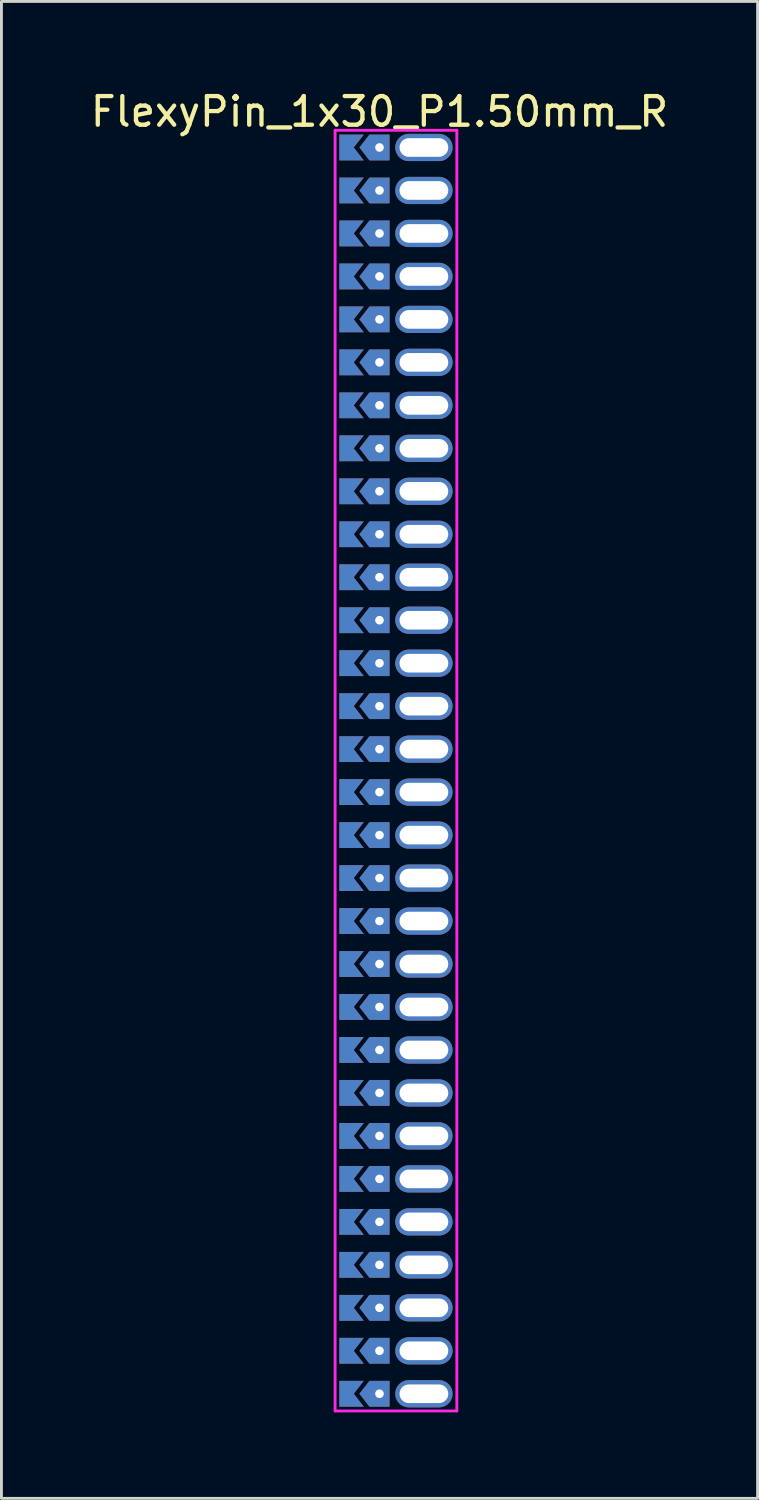
<source format=kicad_pcb>
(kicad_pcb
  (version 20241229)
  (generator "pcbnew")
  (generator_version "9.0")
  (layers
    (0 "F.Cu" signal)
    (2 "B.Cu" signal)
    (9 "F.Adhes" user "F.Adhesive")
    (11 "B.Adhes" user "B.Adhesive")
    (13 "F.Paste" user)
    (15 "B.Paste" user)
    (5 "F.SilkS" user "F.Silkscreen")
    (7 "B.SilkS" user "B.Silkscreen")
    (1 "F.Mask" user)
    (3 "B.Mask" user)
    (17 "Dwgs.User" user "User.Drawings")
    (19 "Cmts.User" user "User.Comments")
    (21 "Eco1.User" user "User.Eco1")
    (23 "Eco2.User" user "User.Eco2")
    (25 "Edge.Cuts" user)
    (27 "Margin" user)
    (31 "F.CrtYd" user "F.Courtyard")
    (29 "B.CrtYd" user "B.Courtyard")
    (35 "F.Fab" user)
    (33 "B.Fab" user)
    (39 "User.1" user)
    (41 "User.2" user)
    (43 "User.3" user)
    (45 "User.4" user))
  (footprint "FlexyPin_1x30_P1.50mm_R"
    (layer "F.Cu")
    (at 10.196 2.098)
    (property "Reference" "FlexyPin_1x30_P1.50mm_R" (at 0 -1.25 0) (layer "F.SilkS") (effects (font (size 1 1) (thickness 0.15))))
    (attr through_hole)
    (fp_line (start -1.55 -0.6) (end 2.7 -0.6) (stroke (width 0.1) (type solid)) (layer "F.CrtYd"))
    (fp_line (start -1.55 44.1) (end -1.55 -0.6) (stroke (width 0.1) (type solid)) (layer "F.CrtYd"))
    (fp_line (start 2.7 -0.6) (end 2.7 44.1) (stroke (width 0.1) (type solid)) (layer "F.CrtYd"))
    (fp_line (start 2.7 44.1) (end -1.55 44.1) (stroke (width 0.1) (type solid)) (layer "F.CrtYd"))
    (pad "" thru_hole custom (at 0 0) (size 0.3 0.3) (drill 0.6) (layers "*.Cu" "*.Mask") (options (anchor rect)) (primitives (gr_poly (pts (xy 0.35 0.45) (xy 0.35 -0.45) (xy -0.35 -0.45) (xy -0.7 0) (xy -0.35 0.45)) (width 0) (fill yes))))
    (pad "" thru_hole custom (at 0 1.5) (size 0.3 0.3) (drill 0.6) (layers "*.Cu" "*.Mask") (options (anchor rect)) (primitives (gr_poly (pts (xy 0.35 0.45) (xy 0.35 -0.45) (xy -0.35 -0.45) (xy -0.7 0) (xy -0.35 0.45)) (width 0) (fill yes))))
    (pad "" thru_hole custom (at 0 3) (size 0.3 0.3) (drill 0.6) (layers "*.Cu" "*.Mask") (options (anchor rect)) (primitives (gr_poly (pts (xy 0.35 0.45) (xy 0.35 -0.45) (xy -0.35 -0.45) (xy -0.7 0) (xy -0.35 0.45)) (width 0) (fill yes))))
    (pad "" thru_hole custom (at 0 4.5) (size 0.3 0.3) (drill 0.6) (layers "*.Cu" "*.Mask") (options (anchor rect)) (primitives (gr_poly (pts (xy 0.35 0.45) (xy 0.35 -0.45) (xy -0.35 -0.45) (xy -0.7 0) (xy -0.35 0.45)) (width 0) (fill yes))))
    (pad "" thru_hole custom (at 0 6) (size 0.3 0.3) (drill 0.6) (layers "*.Cu" "*.Mask") (options (anchor rect)) (primitives (gr_poly (pts (xy 0.35 0.45) (xy 0.35 -0.45) (xy -0.35 -0.45) (xy -0.7 0) (xy -0.35 0.45)) (width 0) (fill yes))))
    (pad "" thru_hole custom (at 0 7.5) (size 0.3 0.3) (drill 0.6) (layers "*.Cu" "*.Mask") (options (anchor rect)) (primitives (gr_poly (pts (xy 0.35 0.45) (xy 0.35 -0.45) (xy -0.35 -0.45) (xy -0.7 0) (xy -0.35 0.45)) (width 0) (fill yes))))
    (pad "" thru_hole custom (at 0 9) (size 0.3 0.3) (drill 0.6) (layers "*.Cu" "*.Mask") (options (anchor rect)) (primitives (gr_poly (pts (xy 0.35 0.45) (xy 0.35 -0.45) (xy -0.35 -0.45) (xy -0.7 0) (xy -0.35 0.45)) (width 0) (fill yes))))
    (pad "" thru_hole custom (at 0 10.5) (size 0.3 0.3) (drill 0.6) (layers "*.Cu" "*.Mask") (options (anchor rect)) (primitives (gr_poly (pts (xy 0.35 0.45) (xy 0.35 -0.45) (xy -0.35 -0.45) (xy -0.7 0) (xy -0.35 0.45)) (width 0) (fill yes))))
    (pad "" thru_hole custom (at 0 12) (size 0.3 0.3) (drill 0.6) (layers "*.Cu" "*.Mask") (options (anchor rect)) (primitives (gr_poly (pts (xy 0.35 0.45) (xy 0.35 -0.45) (xy -0.35 -0.45) (xy -0.7 0) (xy -0.35 0.45)) (width 0) (fill yes))))
    (pad "" thru_hole custom (at 0 13.5) (size 0.3 0.3) (drill 0.6) (layers "*.Cu" "*.Mask") (options (anchor rect)) (primitives (gr_poly (pts (xy 0.35 0.45) (xy 0.35 -0.45) (xy -0.35 -0.45) (xy -0.7 0) (xy -0.35 0.45)) (width 0) (fill yes))))
    (pad "" thru_hole custom (at 0 15) (size 0.3 0.3) (drill 0.6) (layers "*.Cu" "*.Mask") (options (anchor rect)) (primitives (gr_poly (pts (xy 0.35 0.45) (xy 0.35 -0.45) (xy -0.35 -0.45) (xy -0.7 0) (xy -0.35 0.45)) (width 0) (fill yes))))
    (pad "" thru_hole custom (at 0 16.5) (size 0.3 0.3) (drill 0.6) (layers "*.Cu" "*.Mask") (options (anchor rect)) (primitives (gr_poly (pts (xy 0.35 0.45) (xy 0.35 -0.45) (xy -0.35 -0.45) (xy -0.7 0) (xy -0.35 0.45)) (width 0) (fill yes))))
    (pad "" thru_hole custom (at 0 18) (size 0.3 0.3) (drill 0.6) (layers "*.Cu" "*.Mask") (options (anchor rect)) (primitives (gr_poly (pts (xy 0.35 0.45) (xy 0.35 -0.45) (xy -0.35 -0.45) (xy -0.7 0) (xy -0.35 0.45)) (width 0) (fill yes))))
    (pad "" thru_hole custom (at 0 19.5) (size 0.3 0.3) (drill 0.6) (layers "*.Cu" "*.Mask") (options (anchor rect)) (primitives (gr_poly (pts (xy 0.35 0.45) (xy 0.35 -0.45) (xy -0.35 -0.45) (xy -0.7 0) (xy -0.35 0.45)) (width 0) (fill yes))))
    (pad "" thru_hole custom (at 0 21) (size 0.3 0.3) (drill 0.6) (layers "*.Cu" "*.Mask") (options (anchor rect)) (primitives (gr_poly (pts (xy 0.35 0.45) (xy 0.35 -0.45) (xy -0.35 -0.45) (xy -0.7 0) (xy -0.35 0.45)) (width 0) (fill yes))))
    (pad "" thru_hole custom (at 0 22.5) (size 0.3 0.3) (drill 0.6) (layers "*.Cu" "*.Mask") (options (anchor rect)) (primitives (gr_poly (pts (xy 0.35 0.45) (xy 0.35 -0.45) (xy -0.35 -0.45) (xy -0.7 0) (xy -0.35 0.45)) (width 0) (fill yes))))
    (pad "" thru_hole custom (at 0 24) (size 0.3 0.3) (drill 0.6) (layers "*.Cu" "*.Mask") (options (anchor rect)) (primitives (gr_poly (pts (xy 0.35 0.45) (xy 0.35 -0.45) (xy -0.35 -0.45) (xy -0.7 0) (xy -0.35 0.45)) (width 0) (fill yes))))
    (pad "" thru_hole custom (at 0 25.5) (size 0.3 0.3) (drill 0.6) (layers "*.Cu" "*.Mask") (options (anchor rect)) (primitives (gr_poly (pts (xy 0.35 0.45) (xy 0.35 -0.45) (xy -0.35 -0.45) (xy -0.7 0) (xy -0.35 0.45)) (width 0) (fill yes))))
    (pad "" thru_hole custom (at 0 27) (size 0.3 0.3) (drill 0.6) (layers "*.Cu" "*.Mask") (options (anchor rect)) (primitives (gr_poly (pts (xy 0.35 0.45) (xy 0.35 -0.45) (xy -0.35 -0.45) (xy -0.7 0) (xy -0.35 0.45)) (width 0) (fill yes))))
    (pad "" thru_hole custom (at 0 28.5) (size 0.3 0.3) (drill 0.6) (layers "*.Cu" "*.Mask") (options (anchor rect)) (primitives (gr_poly (pts (xy 0.35 0.45) (xy 0.35 -0.45) (xy -0.35 -0.45) (xy -0.7 0) (xy -0.35 0.45)) (width 0) (fill yes))))
    (pad "" thru_hole custom (at 0 30) (size 0.3 0.3) (drill 0.6) (layers "*.Cu" "*.Mask") (options (anchor rect)) (primitives (gr_poly (pts (xy 0.35 0.45) (xy 0.35 -0.45) (xy -0.35 -0.45) (xy -0.7 0) (xy -0.35 0.45)) (width 0) (fill yes))))
    (pad "" thru_hole custom (at 0 31.5) (size 0.3 0.3) (drill 0.6) (layers "*.Cu" "*.Mask") (options (anchor rect)) (primitives (gr_poly (pts (xy 0.35 0.45) (xy 0.35 -0.45) (xy -0.35 -0.45) (xy -0.7 0) (xy -0.35 0.45)) (width 0) (fill yes))))
    (pad "" thru_hole custom (at 0 33) (size 0.3 0.3) (drill 0.6) (layers "*.Cu" "*.Mask") (options (anchor rect)) (primitives (gr_poly (pts (xy 0.35 0.45) (xy 0.35 -0.45) (xy -0.35 -0.45) (xy -0.7 0) (xy -0.35 0.45)) (width 0) (fill yes))))
    (pad "" thru_hole custom (at 0 34.5) (size 0.3 0.3) (drill 0.6) (layers "*.Cu" "*.Mask") (options (anchor rect)) (primitives (gr_poly (pts (xy 0.35 0.45) (xy 0.35 -0.45) (xy -0.35 -0.45) (xy -0.7 0) (xy -0.35 0.45)) (width 0) (fill yes))))
    (pad "" thru_hole custom (at 0 36) (size 0.3 0.3) (drill 0.6) (layers "*.Cu" "*.Mask") (options (anchor rect)) (primitives (gr_poly (pts (xy 0.35 0.45) (xy 0.35 -0.45) (xy -0.35 -0.45) (xy -0.7 0) (xy -0.35 0.45)) (width 0) (fill yes))))
    (pad "" thru_hole custom (at 0 37.5) (size 0.3 0.3) (drill 0.6) (layers "*.Cu" "*.Mask") (options (anchor rect)) (primitives (gr_poly (pts (xy 0.35 0.45) (xy 0.35 -0.45) (xy -0.35 -0.45) (xy -0.7 0) (xy -0.35 0.45)) (width 0) (fill yes))))
    (pad "" thru_hole custom (at 0 39) (size 0.3 0.3) (drill 0.6) (layers "*.Cu" "*.Mask") (options (anchor rect)) (primitives (gr_poly (pts (xy 0.35 0.45) (xy 0.35 -0.45) (xy -0.35 -0.45) (xy -0.7 0) (xy -0.35 0.45)) (width 0) (fill yes))))
    (pad "" thru_hole custom (at 0 40.5) (size 0.3 0.3) (drill 0.6) (layers "*.Cu" "*.Mask") (options (anchor rect)) (primitives (gr_poly (pts (xy 0.35 0.45) (xy 0.35 -0.45) (xy -0.35 -0.45) (xy -0.7 0) (xy -0.35 0.45)) (width 0) (fill yes))))
    (pad "" thru_hole custom (at 0 42) (size 0.3 0.3) (drill 0.6) (layers "*.Cu" "*.Mask") (options (anchor rect)) (primitives (gr_poly (pts (xy 0.35 0.45) (xy 0.35 -0.45) (xy -0.35 -0.45) (xy -0.7 0) (xy -0.35 0.45)) (width 0) (fill yes))))
    (pad "" thru_hole custom (at 0 43.5) (size 0.3 0.3) (drill 0.6) (layers "*.Cu" "*.Mask") (options (anchor rect)) (primitives (gr_poly (pts (xy 0.35 0.45) (xy 0.35 -0.45) (xy -0.35 -0.45) (xy -0.7 0) (xy -0.35 0.45)) (width 0) (fill yes))))
    (pad "" thru_hole oval (at 1.55 0) (size 2 0.95) (drill oval 1.7 0.65) (layers "*.Cu" "*.Mask"))
    (pad "" thru_hole oval (at 1.55 1.5) (size 2 0.95) (drill oval 1.7 0.65) (layers "*.Cu" "*.Mask"))
    (pad "" thru_hole oval (at 1.55 3) (size 2 0.95) (drill oval 1.7 0.65) (layers "*.Cu" "*.Mask"))
    (pad "" thru_hole oval (at 1.55 4.5) (size 2 0.95) (drill oval 1.7 0.65) (layers "*.Cu" "*.Mask"))
    (pad "" thru_hole oval (at 1.55 6) (size 2 0.95) (drill oval 1.7 0.65) (layers "*.Cu" "*.Mask"))
    (pad "" thru_hole oval (at 1.55 7.5) (size 2 0.95) (drill oval 1.7 0.65) (layers "*.Cu" "*.Mask"))
    (pad "" thru_hole oval (at 1.55 9) (size 2 0.95) (drill oval 1.7 0.65) (layers "*.Cu" "*.Mask"))
    (pad "" thru_hole oval (at 1.55 10.5) (size 2 0.95) (drill oval 1.7 0.65) (layers "*.Cu" "*.Mask"))
    (pad "" thru_hole oval (at 1.55 12) (size 2 0.95) (drill oval 1.7 0.65) (layers "*.Cu" "*.Mask"))
    (pad "" thru_hole oval (at 1.55 13.5) (size 2 0.95) (drill oval 1.7 0.65) (layers "*.Cu" "*.Mask"))
    (pad "" thru_hole oval (at 1.55 15) (size 2 0.95) (drill oval 1.7 0.65) (layers "*.Cu" "*.Mask"))
    (pad "" thru_hole oval (at 1.55 16.5) (size 2 0.95) (drill oval 1.7 0.65) (layers "*.Cu" "*.Mask"))
    (pad "" thru_hole oval (at 1.55 18) (size 2 0.95) (drill oval 1.7 0.65) (layers "*.Cu" "*.Mask"))
    (pad "" thru_hole oval (at 1.55 19.5) (size 2 0.95) (drill oval 1.7 0.65) (layers "*.Cu" "*.Mask"))
    (pad "" thru_hole oval (at 1.55 21) (size 2 0.95) (drill oval 1.7 0.65) (layers "*.Cu" "*.Mask"))
    (pad "" thru_hole oval (at 1.55 22.5) (size 2 0.95) (drill oval 1.7 0.65) (layers "*.Cu" "*.Mask"))
    (pad "" thru_hole oval (at 1.55 24) (size 2 0.95) (drill oval 1.7 0.65) (layers "*.Cu" "*.Mask"))
    (pad "" thru_hole oval (at 1.55 25.5) (size 2 0.95) (drill oval 1.7 0.65) (layers "*.Cu" "*.Mask"))
    (pad "" thru_hole oval (at 1.55 27) (size 2 0.95) (drill oval 1.7 0.65) (layers "*.Cu" "*.Mask"))
    (pad "" thru_hole oval (at 1.55 28.5) (size 2 0.95) (drill oval 1.7 0.65) (layers "*.Cu" "*.Mask"))
    (pad "" thru_hole oval (at 1.55 30) (size 2 0.95) (drill oval 1.7 0.65) (layers "*.Cu" "*.Mask"))
    (pad "" thru_hole oval (at 1.55 31.5) (size 2 0.95) (drill oval 1.7 0.65) (layers "*.Cu" "*.Mask"))
    (pad "" thru_hole oval (at 1.55 33) (size 2 0.95) (drill oval 1.7 0.65) (layers "*.Cu" "*.Mask"))
    (pad "" thru_hole oval (at 1.55 34.5) (size 2 0.95) (drill oval 1.7 0.65) (layers "*.Cu" "*.Mask"))
    (pad "" thru_hole oval (at 1.55 36) (size 2 0.95) (drill oval 1.7 0.65) (layers "*.Cu" "*.Mask"))
    (pad "" thru_hole oval (at 1.55 37.5) (size 2 0.95) (drill oval 1.7 0.65) (layers "*.Cu" "*.Mask"))
    (pad "" thru_hole oval (at 1.55 39) (size 2 0.95) (drill oval 1.7 0.65) (layers "*.Cu" "*.Mask"))
    (pad "" thru_hole oval (at 1.55 40.5) (size 2 0.95) (drill oval 1.7 0.65) (layers "*.Cu" "*.Mask"))
    (pad "" thru_hole oval (at 1.55 42) (size 2 0.95) (drill oval 1.7 0.65) (layers "*.Cu" "*.Mask"))
    (pad "" thru_hole oval (at 1.55 43.5) (size 2 0.95) (drill oval 1.7 0.65) (layers "*.Cu" "*.Mask"))
    (pad "1" smd custom (at -0.9 0) (size 0.01 0.01) (layers "F.Cu" "F.Mask") (options (anchor rect)) (primitives (gr_poly (pts (xy 0 0) (xy 0.35 0.45) (xy -0.5 0.45) (xy -0.5 -0.45) (xy 0.35 -0.45)) (width 0) (fill yes))))
    (pad "1" smd custom (at -0.9 1.5) (size 0.01 0.01) (layers "F.Cu" "F.Mask") (options (anchor rect)) (primitives (gr_poly (pts (xy 0 0) (xy 0.35 0.45) (xy -0.5 0.45) (xy -0.5 -0.45) (xy 0.35 -0.45)) (width 0) (fill yes))))
    (pad "1" smd custom (at -0.9 3) (size 0.01 0.01) (layers "F.Cu" "F.Mask") (options (anchor rect)) (primitives (gr_poly (pts (xy 0 0) (xy 0.35 0.45) (xy -0.5 0.45) (xy -0.5 -0.45) (xy 0.35 -0.45)) (width 0) (fill yes))))
    (pad "1" smd custom (at -0.9 4.5) (size 0.01 0.01) (layers "F.Cu" "F.Mask") (options (anchor rect)) (primitives (gr_poly (pts (xy 0 0) (xy 0.35 0.45) (xy -0.5 0.45) (xy -0.5 -0.45) (xy 0.35 -0.45)) (width 0) (fill yes))))
    (pad "1" smd custom (at -0.9 6) (size 0.01 0.01) (layers "F.Cu" "F.Mask") (options (anchor rect)) (primitives (gr_poly (pts (xy 0 0) (xy 0.35 0.45) (xy -0.5 0.45) (xy -0.5 -0.45) (xy 0.35 -0.45)) (width 0) (fill yes))))
    (pad "1" smd custom (at -0.9 7.5) (size 0.01 0.01) (layers "F.Cu" "F.Mask") (options (anchor rect)) (primitives (gr_poly (pts (xy 0 0) (xy 0.35 0.45) (xy -0.5 0.45) (xy -0.5 -0.45) (xy 0.35 -0.45)) (width 0) (fill yes))))
    (pad "1" smd custom (at -0.9 9) (size 0.01 0.01) (layers "F.Cu" "F.Mask") (options (anchor rect)) (primitives (gr_poly (pts (xy 0 0) (xy 0.35 0.45) (xy -0.5 0.45) (xy -0.5 -0.45) (xy 0.35 -0.45)) (width 0) (fill yes))))
    (pad "1" smd custom (at -0.9 10.5) (size 0.01 0.01) (layers "F.Cu" "F.Mask") (options (anchor rect)) (primitives (gr_poly (pts (xy 0 0) (xy 0.35 0.45) (xy -0.5 0.45) (xy -0.5 -0.45) (xy 0.35 -0.45)) (width 0) (fill yes))))
    (pad "1" smd custom (at -0.9 12) (size 0.01 0.01) (layers "F.Cu" "F.Mask") (options (anchor rect)) (primitives (gr_poly (pts (xy 0 0) (xy 0.35 0.45) (xy -0.5 0.45) (xy -0.5 -0.45) (xy 0.35 -0.45)) (width 0) (fill yes))))
    (pad "1" smd custom (at -0.9 13.5) (size 0.01 0.01) (layers "F.Cu" "F.Mask") (options (anchor rect)) (primitives (gr_poly (pts (xy 0 0) (xy 0.35 0.45) (xy -0.5 0.45) (xy -0.5 -0.45) (xy 0.35 -0.45)) (width 0) (fill yes))))
    (pad "1" smd custom (at -0.9 15) (size 0.01 0.01) (layers "F.Cu" "F.Mask") (options (anchor rect)) (primitives (gr_poly (pts (xy 0 0) (xy 0.35 0.45) (xy -0.5 0.45) (xy -0.5 -0.45) (xy 0.35 -0.45)) (width 0) (fill yes))))
    (pad "1" smd custom (at -0.9 16.5) (size 0.01 0.01) (layers "F.Cu" "F.Mask") (options (anchor rect)) (primitives (gr_poly (pts (xy 0 0) (xy 0.35 0.45) (xy -0.5 0.45) (xy -0.5 -0.45) (xy 0.35 -0.45)) (width 0) (fill yes))))
    (pad "1" smd custom (at -0.9 18) (size 0.01 0.01) (layers "F.Cu" "F.Mask") (options (anchor rect)) (primitives (gr_poly (pts (xy 0 0) (xy 0.35 0.45) (xy -0.5 0.45) (xy -0.5 -0.45) (xy 0.35 -0.45)) (width 0) (fill yes))))
    (pad "1" smd custom (at -0.9 19.5) (size 0.01 0.01) (layers "F.Cu" "F.Mask") (options (anchor rect)) (primitives (gr_poly (pts (xy 0 0) (xy 0.35 0.45) (xy -0.5 0.45) (xy -0.5 -0.45) (xy 0.35 -0.45)) (width 0) (fill yes))))
    (pad "1" smd custom (at -0.9 21) (size 0.01 0.01) (layers "F.Cu" "F.Mask") (options (anchor rect)) (primitives (gr_poly (pts (xy 0 0) (xy 0.35 0.45) (xy -0.5 0.45) (xy -0.5 -0.45) (xy 0.35 -0.45)) (width 0) (fill yes))))
    (pad "1" smd custom (at -0.9 22.5) (size 0.01 0.01) (layers "F.Cu" "F.Mask") (options (anchor rect)) (primitives (gr_poly (pts (xy 0 0) (xy 0.35 0.45) (xy -0.5 0.45) (xy -0.5 -0.45) (xy 0.35 -0.45)) (width 0) (fill yes))))
    (pad "1" smd custom (at -0.9 24) (size 0.01 0.01) (layers "F.Cu" "F.Mask") (options (anchor rect)) (primitives (gr_poly (pts (xy 0 0) (xy 0.35 0.45) (xy -0.5 0.45) (xy -0.5 -0.45) (xy 0.35 -0.45)) (width 0) (fill yes))))
    (pad "1" smd custom (at -0.9 25.5) (size 0.01 0.01) (layers "F.Cu" "F.Mask") (options (anchor rect)) (primitives (gr_poly (pts (xy 0 0) (xy 0.35 0.45) (xy -0.5 0.45) (xy -0.5 -0.45) (xy 0.35 -0.45)) (width 0) (fill yes))))
    (pad "1" smd custom (at -0.9 27) (size 0.01 0.01) (layers "F.Cu" "F.Mask") (options (anchor rect)) (primitives (gr_poly (pts (xy 0 0) (xy 0.35 0.45) (xy -0.5 0.45) (xy -0.5 -0.45) (xy 0.35 -0.45)) (width 0) (fill yes))))
    (pad "1" smd custom (at -0.9 28.5) (size 0.01 0.01) (layers "F.Cu" "F.Mask") (options (anchor rect)) (primitives (gr_poly (pts (xy 0 0) (xy 0.35 0.45) (xy -0.5 0.45) (xy -0.5 -0.45) (xy 0.35 -0.45)) (width 0) (fill yes))))
    (pad "1" smd custom (at -0.9 30) (size 0.01 0.01) (layers "F.Cu" "F.Mask") (options (anchor rect)) (primitives (gr_poly (pts (xy 0 0) (xy 0.35 0.45) (xy -0.5 0.45) (xy -0.5 -0.45) (xy 0.35 -0.45)) (width 0) (fill yes))))
    (pad "1" smd custom (at -0.9 31.5) (size 0.01 0.01) (layers "F.Cu" "F.Mask") (options (anchor rect)) (primitives (gr_poly (pts (xy 0 0) (xy 0.35 0.45) (xy -0.5 0.45) (xy -0.5 -0.45) (xy 0.35 -0.45)) (width 0) (fill yes))))
    (pad "1" smd custom (at -0.9 33) (size 0.01 0.01) (layers "F.Cu" "F.Mask") (options (anchor rect)) (primitives (gr_poly (pts (xy 0 0) (xy 0.35 0.45) (xy -0.5 0.45) (xy -0.5 -0.45) (xy 0.35 -0.45)) (width 0) (fill yes))))
    (pad "1" smd custom (at -0.9 34.5) (size 0.01 0.01) (layers "F.Cu" "F.Mask") (options (anchor rect)) (primitives (gr_poly (pts (xy 0 0) (xy 0.35 0.45) (xy -0.5 0.45) (xy -0.5 -0.45) (xy 0.35 -0.45)) (width 0) (fill yes))))
    (pad "1" smd custom (at -0.9 36) (size 0.01 0.01) (layers "F.Cu" "F.Mask") (options (anchor rect)) (primitives (gr_poly (pts (xy 0 0) (xy 0.35 0.45) (xy -0.5 0.45) (xy -0.5 -0.45) (xy 0.35 -0.45)) (width 0) (fill yes))))
    (pad "1" smd custom (at -0.9 37.5) (size 0.01 0.01) (layers "F.Cu" "F.Mask") (options (anchor rect)) (primitives (gr_poly (pts (xy 0 0) (xy 0.35 0.45) (xy -0.5 0.45) (xy -0.5 -0.45) (xy 0.35 -0.45)) (width 0) (fill yes))))
    (pad "1" smd custom (at -0.9 39) (size 0.01 0.01) (layers "F.Cu" "F.Mask") (options (anchor rect)) (primitives (gr_poly (pts (xy 0 0) (xy 0.35 0.45) (xy -0.5 0.45) (xy -0.5 -0.45) (xy 0.35 -0.45)) (width 0) (fill yes))))
    (pad "1" smd custom (at -0.9 40.5) (size 0.01 0.01) (layers "F.Cu" "F.Mask") (options (anchor rect)) (primitives (gr_poly (pts (xy 0 0) (xy 0.35 0.45) (xy -0.5 0.45) (xy -0.5 -0.45) (xy 0.35 -0.45)) (width 0) (fill yes))))
    (pad "1" smd custom (at -0.9 42) (size 0.01 0.01) (layers "F.Cu" "F.Mask") (options (anchor rect)) (primitives (gr_poly (pts (xy 0 0) (xy 0.35 0.45) (xy -0.5 0.45) (xy -0.5 -0.45) (xy 0.35 -0.45)) (width 0) (fill yes))))
    (pad "1" smd custom (at -0.9 43.5) (size 0.01 0.01) (layers "F.Cu" "F.Mask") (options (anchor rect)) (primitives (gr_poly (pts (xy 0 0) (xy 0.35 0.45) (xy -0.5 0.45) (xy -0.5 -0.45) (xy 0.35 -0.45)) (width 0) (fill yes))))
    (pad "2" smd custom (at -0.9 0) (size 0.01 0.01) (layers "B.Cu" "B.Mask") (options (anchor rect)) (primitives (gr_poly (pts (xy 0 0) (xy 0.35 0.45) (xy -0.5 0.45) (xy -0.5 -0.45) (xy 0.35 -0.45)) (width 0) (fill yes))))
    (pad "2" smd custom (at -0.9 1.5) (size 0.01 0.01) (layers "B.Cu" "B.Mask") (options (anchor rect)) (primitives (gr_poly (pts (xy 0 0) (xy 0.35 0.45) (xy -0.5 0.45) (xy -0.5 -0.45) (xy 0.35 -0.45)) (width 0) (fill yes))))
    (pad "2" smd custom (at -0.9 3) (size 0.01 0.01) (layers "B.Cu" "B.Mask") (options (anchor rect)) (primitives (gr_poly (pts (xy 0 0) (xy 0.35 0.45) (xy -0.5 0.45) (xy -0.5 -0.45) (xy 0.35 -0.45)) (width 0) (fill yes))))
    (pad "2" smd custom (at -0.9 4.5) (size 0.01 0.01) (layers "B.Cu" "B.Mask") (options (anchor rect)) (primitives (gr_poly (pts (xy 0 0) (xy 0.35 0.45) (xy -0.5 0.45) (xy -0.5 -0.45) (xy 0.35 -0.45)) (width 0) (fill yes))))
    (pad "2" smd custom (at -0.9 6) (size 0.01 0.01) (layers "B.Cu" "B.Mask") (options (anchor rect)) (primitives (gr_poly (pts (xy 0 0) (xy 0.35 0.45) (xy -0.5 0.45) (xy -0.5 -0.45) (xy 0.35 -0.45)) (width 0) (fill yes))))
    (pad "2" smd custom (at -0.9 7.5) (size 0.01 0.01) (layers "B.Cu" "B.Mask") (options (anchor rect)) (primitives (gr_poly (pts (xy 0 0) (xy 0.35 0.45) (xy -0.5 0.45) (xy -0.5 -0.45) (xy 0.35 -0.45)) (width 0) (fill yes))))
    (pad "2" smd custom (at -0.9 9) (size 0.01 0.01) (layers "B.Cu" "B.Mask") (options (anchor rect)) (primitives (gr_poly (pts (xy 0 0) (xy 0.35 0.45) (xy -0.5 0.45) (xy -0.5 -0.45) (xy 0.35 -0.45)) (width 0) (fill yes))))
    (pad "2" smd custom (at -0.9 10.5) (size 0.01 0.01) (layers "B.Cu" "B.Mask") (options (anchor rect)) (primitives (gr_poly (pts (xy 0 0) (xy 0.35 0.45) (xy -0.5 0.45) (xy -0.5 -0.45) (xy 0.35 -0.45)) (width 0) (fill yes))))
    (pad "2" smd custom (at -0.9 12) (size 0.01 0.01) (layers "B.Cu" "B.Mask") (options (anchor rect)) (primitives (gr_poly (pts (xy 0 0) (xy 0.35 0.45) (xy -0.5 0.45) (xy -0.5 -0.45) (xy 0.35 -0.45)) (width 0) (fill yes))))
    (pad "2" smd custom (at -0.9 13.5) (size 0.01 0.01) (layers "B.Cu" "B.Mask") (options (anchor rect)) (primitives (gr_poly (pts (xy 0 0) (xy 0.35 0.45) (xy -0.5 0.45) (xy -0.5 -0.45) (xy 0.35 -0.45)) (width 0) (fill yes))))
    (pad "2" smd custom (at -0.9 15) (size 0.01 0.01) (layers "B.Cu" "B.Mask") (options (anchor rect)) (primitives (gr_poly (pts (xy 0 0) (xy 0.35 0.45) (xy -0.5 0.45) (xy -0.5 -0.45) (xy 0.35 -0.45)) (width 0) (fill yes))))
    (pad "2" smd custom (at -0.9 16.5) (size 0.01 0.01) (layers "B.Cu" "B.Mask") (options (anchor rect)) (primitives (gr_poly (pts (xy 0 0) (xy 0.35 0.45) (xy -0.5 0.45) (xy -0.5 -0.45) (xy 0.35 -0.45)) (width 0) (fill yes))))
    (pad "2" smd custom (at -0.9 18) (size 0.01 0.01) (layers "B.Cu" "B.Mask") (options (anchor rect)) (primitives (gr_poly (pts (xy 0 0) (xy 0.35 0.45) (xy -0.5 0.45) (xy -0.5 -0.45) (xy 0.35 -0.45)) (width 0) (fill yes))))
    (pad "2" smd custom (at -0.9 19.5) (size 0.01 0.01) (layers "B.Cu" "B.Mask") (options (anchor rect)) (primitives (gr_poly (pts (xy 0 0) (xy 0.35 0.45) (xy -0.5 0.45) (xy -0.5 -0.45) (xy 0.35 -0.45)) (width 0) (fill yes))))
    (pad "2" smd custom (at -0.9 21) (size 0.01 0.01) (layers "B.Cu" "B.Mask") (options (anchor rect)) (primitives (gr_poly (pts (xy 0 0) (xy 0.35 0.45) (xy -0.5 0.45) (xy -0.5 -0.45) (xy 0.35 -0.45)) (width 0) (fill yes))))
    (pad "2" smd custom (at -0.9 22.5) (size 0.01 0.01) (layers "B.Cu" "B.Mask") (options (anchor rect)) (primitives (gr_poly (pts (xy 0 0) (xy 0.35 0.45) (xy -0.5 0.45) (xy -0.5 -0.45) (xy 0.35 -0.45)) (width 0) (fill yes))))
    (pad "2" smd custom (at -0.9 24) (size 0.01 0.01) (layers "B.Cu" "B.Mask") (options (anchor rect)) (primitives (gr_poly (pts (xy 0 0) (xy 0.35 0.45) (xy -0.5 0.45) (xy -0.5 -0.45) (xy 0.35 -0.45)) (width 0) (fill yes))))
    (pad "2" smd custom (at -0.9 25.5) (size 0.01 0.01) (layers "B.Cu" "B.Mask") (options (anchor rect)) (primitives (gr_poly (pts (xy 0 0) (xy 0.35 0.45) (xy -0.5 0.45) (xy -0.5 -0.45) (xy 0.35 -0.45)) (width 0) (fill yes))))
    (pad "2" smd custom (at -0.9 27) (size 0.01 0.01) (layers "B.Cu" "B.Mask") (options (anchor rect)) (primitives (gr_poly (pts (xy 0 0) (xy 0.35 0.45) (xy -0.5 0.45) (xy -0.5 -0.45) (xy 0.35 -0.45)) (width 0) (fill yes))))
    (pad "2" smd custom (at -0.9 28.5) (size 0.01 0.01) (layers "B.Cu" "B.Mask") (options (anchor rect)) (primitives (gr_poly (pts (xy 0 0) (xy 0.35 0.45) (xy -0.5 0.45) (xy -0.5 -0.45) (xy 0.35 -0.45)) (width 0) (fill yes))))
    (pad "2" smd custom (at -0.9 30) (size 0.01 0.01) (layers "B.Cu" "B.Mask") (options (anchor rect)) (primitives (gr_poly (pts (xy 0 0) (xy 0.35 0.45) (xy -0.5 0.45) (xy -0.5 -0.45) (xy 0.35 -0.45)) (width 0) (fill yes))))
    (pad "2" smd custom (at -0.9 31.5) (size 0.01 0.01) (layers "B.Cu" "B.Mask") (options (anchor rect)) (primitives (gr_poly (pts (xy 0 0) (xy 0.35 0.45) (xy -0.5 0.45) (xy -0.5 -0.45) (xy 0.35 -0.45)) (width 0) (fill yes))))
    (pad "2" smd custom (at -0.9 33) (size 0.01 0.01) (layers "B.Cu" "B.Mask") (options (anchor rect)) (primitives (gr_poly (pts (xy 0 0) (xy 0.35 0.45) (xy -0.5 0.45) (xy -0.5 -0.45) (xy 0.35 -0.45)) (width 0) (fill yes))))
    (pad "2" smd custom (at -0.9 34.5) (size 0.01 0.01) (layers "B.Cu" "B.Mask") (options (anchor rect)) (primitives (gr_poly (pts (xy 0 0) (xy 0.35 0.45) (xy -0.5 0.45) (xy -0.5 -0.45) (xy 0.35 -0.45)) (width 0) (fill yes))))
    (pad "2" smd custom (at -0.9 36) (size 0.01 0.01) (layers "B.Cu" "B.Mask") (options (anchor rect)) (primitives (gr_poly (pts (xy 0 0) (xy 0.35 0.45) (xy -0.5 0.45) (xy -0.5 -0.45) (xy 0.35 -0.45)) (width 0) (fill yes))))
    (pad "2" smd custom (at -0.9 37.5) (size 0.01 0.01) (layers "B.Cu" "B.Mask") (options (anchor rect)) (primitives (gr_poly (pts (xy 0 0) (xy 0.35 0.45) (xy -0.5 0.45) (xy -0.5 -0.45) (xy 0.35 -0.45)) (width 0) (fill yes))))
    (pad "2" smd custom (at -0.9 39) (size 0.01 0.01) (layers "B.Cu" "B.Mask") (options (anchor rect)) (primitives (gr_poly (pts (xy 0 0) (xy 0.35 0.45) (xy -0.5 0.45) (xy -0.5 -0.45) (xy 0.35 -0.45)) (width 0) (fill yes))))
    (pad "2" smd custom (at -0.9 40.5) (size 0.01 0.01) (layers "B.Cu" "B.Mask") (options (anchor rect)) (primitives (gr_poly (pts (xy 0 0) (xy 0.35 0.45) (xy -0.5 0.45) (xy -0.5 -0.45) (xy 0.35 -0.45)) (width 0) (fill yes))))
    (pad "2" smd custom (at -0.9 42) (size 0.01 0.01) (layers "B.Cu" "B.Mask") (options (anchor rect)) (primitives (gr_poly (pts (xy 0 0) (xy 0.35 0.45) (xy -0.5 0.45) (xy -0.5 -0.45) (xy 0.35 -0.45)) (width 0) (fill yes))))
    (pad "2" smd custom (at -0.9 43.5) (size 0.01 0.01) (layers "B.Cu" "B.Mask") (options (anchor rect)) (primitives (gr_poly (pts (xy 0 0) (xy 0.35 0.45) (xy -0.5 0.45) (xy -0.5 -0.45) (xy 0.35 -0.45)) (width 0) (fill yes)))))
  (gr_rect
    (start -3 -3)
    (end 23.393 49.248)
    (stroke (width 0.1) (type default))
    (fill no)
    (layer "Edge.Cuts")))
</source>
